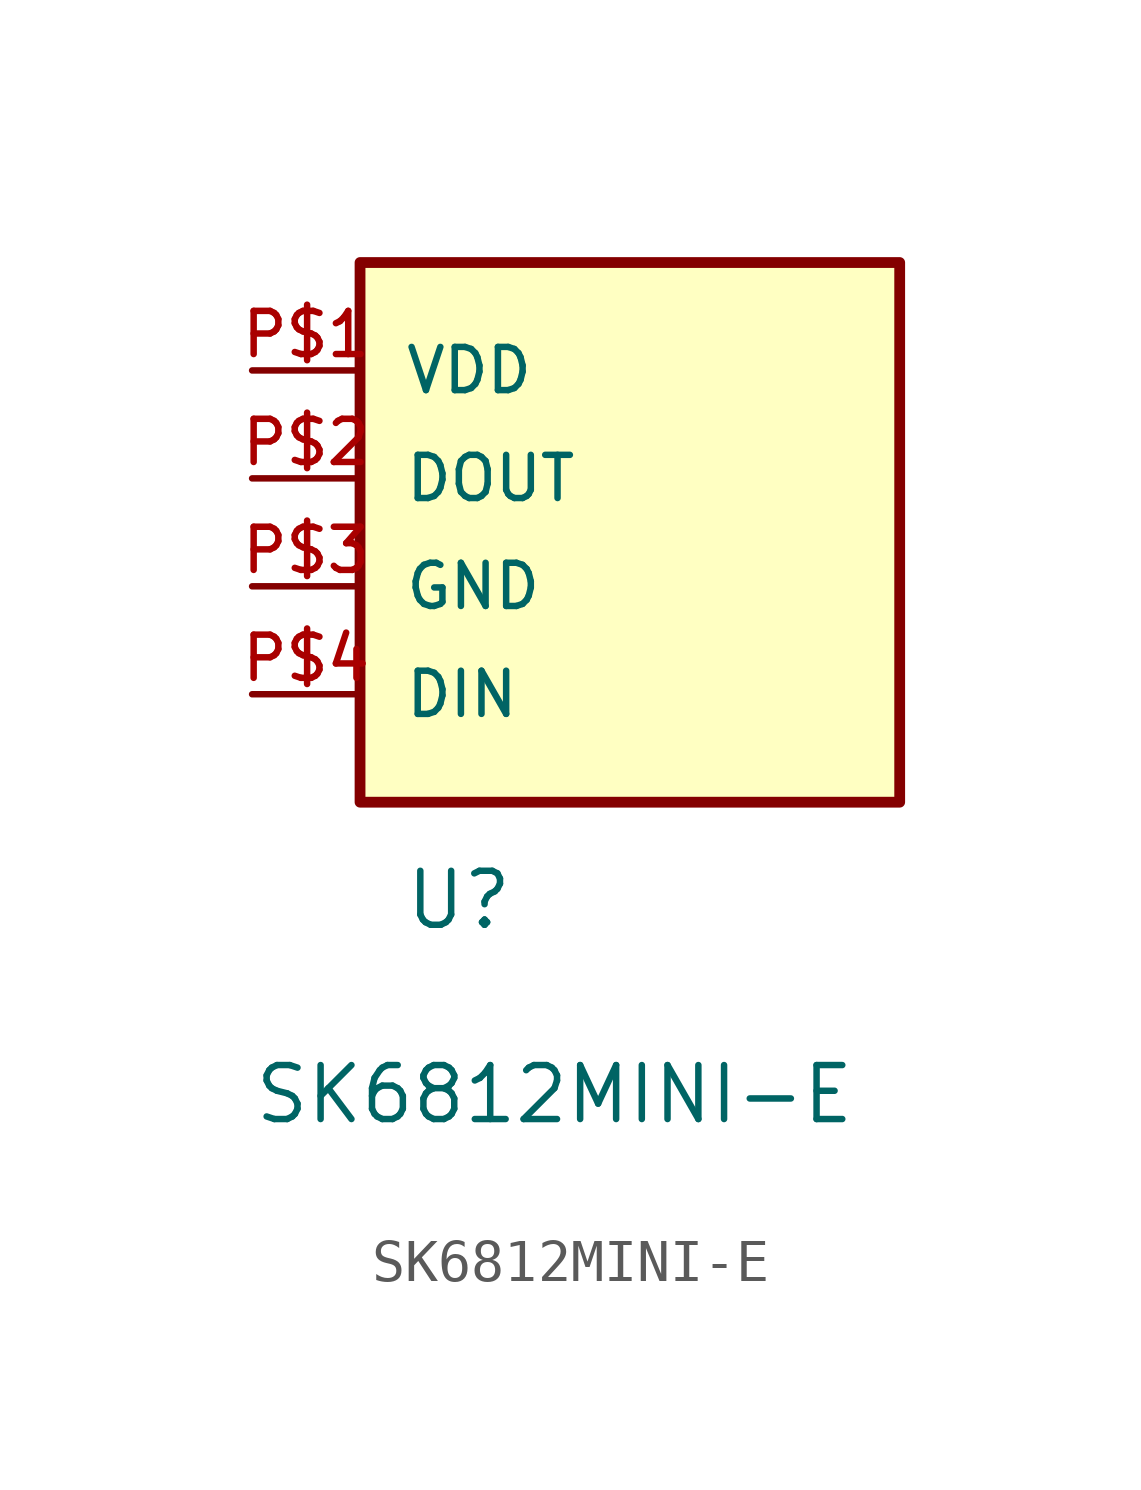
<source format=kicad_sym>
(kicad_symbol_lib
  (version 20241209)
  (generator "kicad_symbol_editor")
  (generator_version "9.0")
  (symbol "SK6812MINI-E"
    (pin_names
      (offset 1.016))
    (property "Reference" "U"
      (at 1.016 -3.048 0)
      (effects (font (size 1.27 1.27)) (justify left bottom)))
    (property "Value" "SK6812MINI-E"
      (at -2.54 -7.62 0)
      (effects (font (size 1.27 1.27)) (justify left bottom)))
    (symbol "SK6812MINI-E_0_0"
      (rectangle (start 0 12.7) (end 12.7 0) (stroke (width 0.254) (type default)) (fill (type background))))
    (symbol "SK6812MINI-E_1_0"
      (pin bidirectional line (at -2.54 10.16 0) (length 2.54) (name "VDD" (effects (font (size 1.016 1.016)))) (number "P$1" (effects (font (size 1.016 1.016)))))
      (pin power_in line (at -2.54 7.62 0) (length 2.54) (name "DOUT" (effects (font (size 1.016 1.016)))) (number "P$2" (effects (font (size 1.016 1.016)))))
      (pin power_in line (at -2.54 5.08 0) (length 2.54) (name "GND" (effects (font (size 1.016 1.016)))) (number "P$3" (effects (font (size 1.016 1.016)))))
      (pin output line (at -2.54 2.54 0) (length 2.54) (name "DIN" (effects (font (size 1.016 1.016)))) (number "P$4" (effects (font (size 1.016 1.016))))))))
</source>
